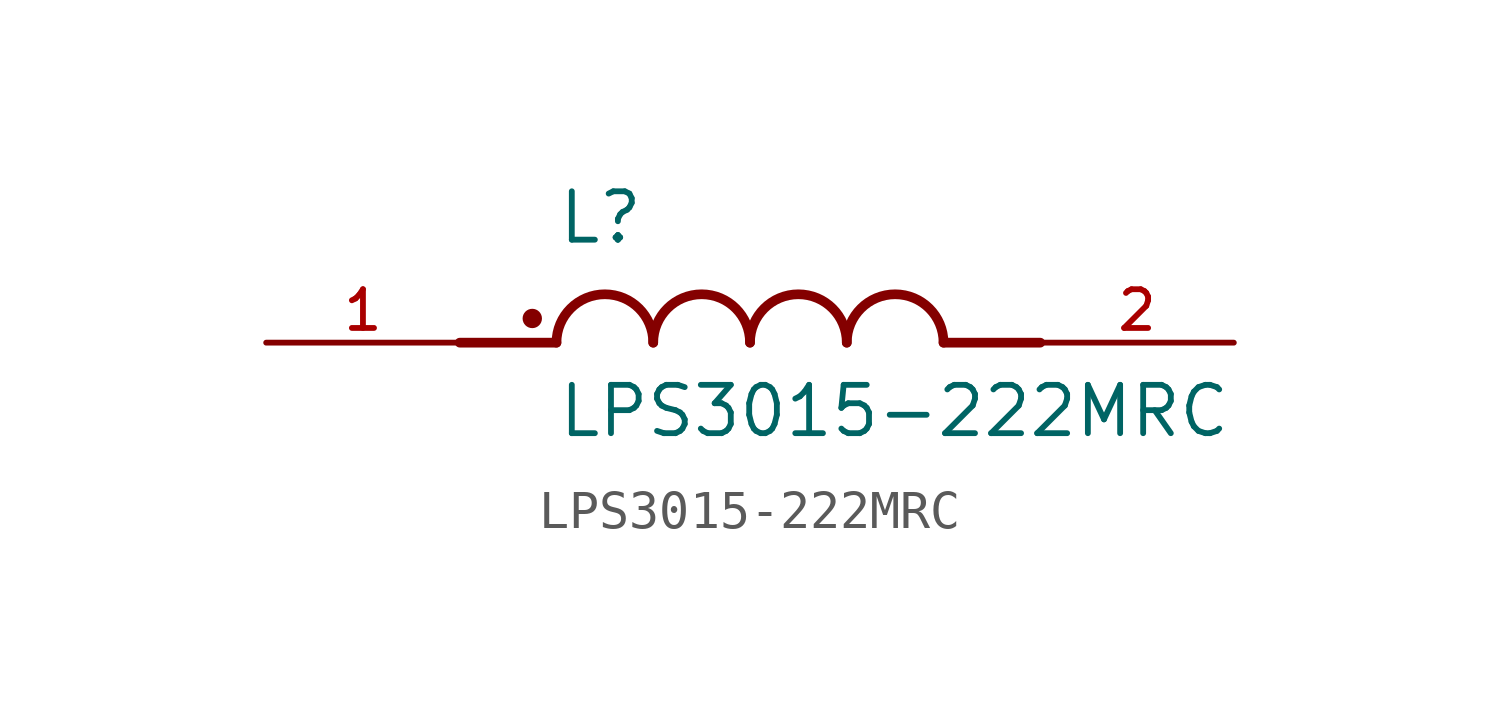
<source format=kicad_sym>
(kicad_symbol_lib
  (version 20211014)
  (generator kicad_symbol_editor)
  (symbol "LPS3015-222MRC"
    (pin_names
      (offset 1.016))
    (property "Reference" "L"
      (at -5.08 2.54 0)
      (effects (font (size 1.27 1.27)) (justify bottom left)))
    (property "Value" "LPS3015-222MRC"
      (at -5.08 -2.54 0)
      (effects (font (size 1.27 1.27)) (justify bottom left)))
    (symbol "LPS3015-222MRC_0_0"
      (polyline (pts (xy -5.08 0.0) (xy -7.62 0.0)) (stroke (width 0.254)))
      (polyline (pts (xy 5.08 0.0) (xy 7.62 0.0)) (stroke (width 0.254)))
      (arc (start -2.54 0.0) (mid -3.81 1.27) (end -5.08 0.0) (stroke (width 0.254) (type default) (color 0 0 0 0)) (fill (type none)))
      (arc (start 0.0 0.0) (mid -1.27 1.27) (end -2.54 0.0) (stroke (width 0.254) (type default) (color 0 0 0 0)) (fill (type none)))
      (arc (start 2.54 0.0) (mid 1.27 1.27) (end 0.0 0.0) (stroke (width 0.254) (type default) (color 0 0 0 0)) (fill (type none)))
      (arc (start 5.08 0.0) (mid 3.81 1.27) (end 2.54 0.0) (stroke (width 0.254) (type default) (color 0 0 0 0)) (fill (type none)))
      (circle (center -5.715 0.635) (radius 0.127) (stroke (width 0.254)) (fill (type none)))
      (pin passive line (at -12.7 0.0 0) (length 5.08) (name "~" (effects (font (size 1.016 1.016)))) (number "1" (effects (font (size 1.016 1.016)))))
      (pin passive line (at 12.7 0.0 180.0) (length 5.08) (name "~" (effects (font (size 1.016 1.016)))) (number "2" (effects (font (size 1.016 1.016))))))))
</source>
